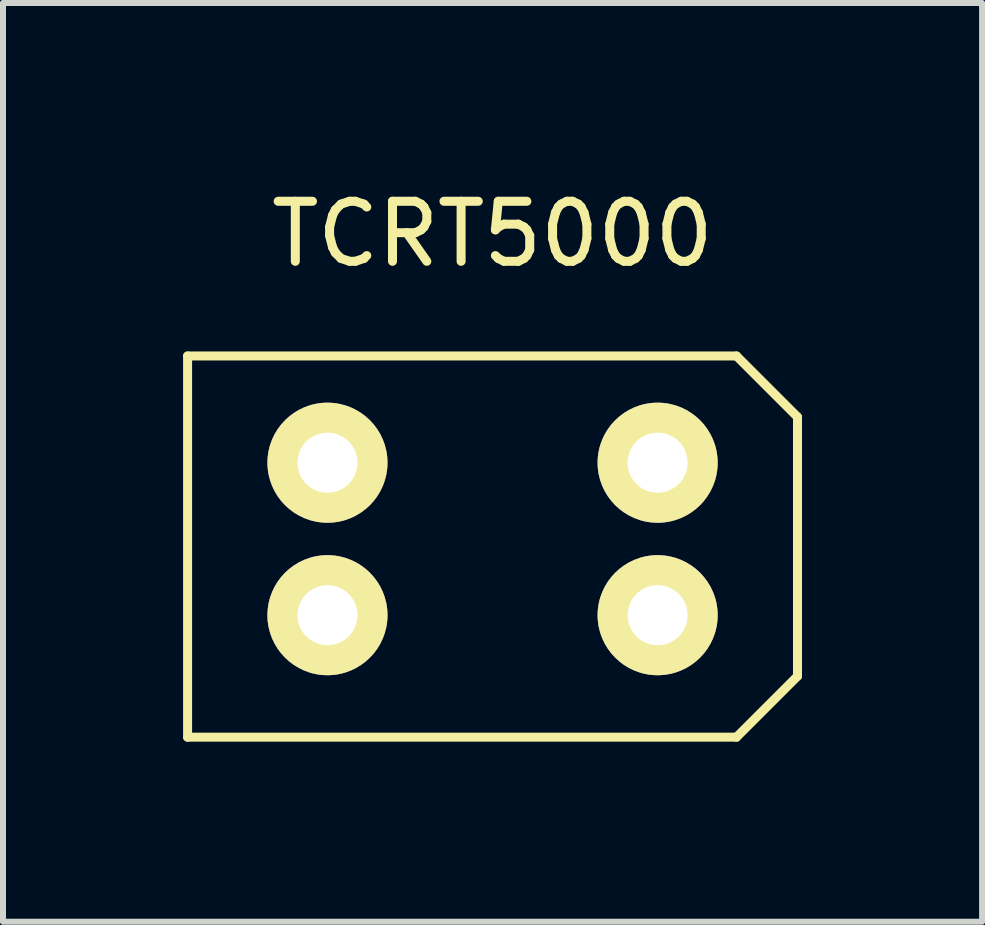
<source format=kicad_pcb>
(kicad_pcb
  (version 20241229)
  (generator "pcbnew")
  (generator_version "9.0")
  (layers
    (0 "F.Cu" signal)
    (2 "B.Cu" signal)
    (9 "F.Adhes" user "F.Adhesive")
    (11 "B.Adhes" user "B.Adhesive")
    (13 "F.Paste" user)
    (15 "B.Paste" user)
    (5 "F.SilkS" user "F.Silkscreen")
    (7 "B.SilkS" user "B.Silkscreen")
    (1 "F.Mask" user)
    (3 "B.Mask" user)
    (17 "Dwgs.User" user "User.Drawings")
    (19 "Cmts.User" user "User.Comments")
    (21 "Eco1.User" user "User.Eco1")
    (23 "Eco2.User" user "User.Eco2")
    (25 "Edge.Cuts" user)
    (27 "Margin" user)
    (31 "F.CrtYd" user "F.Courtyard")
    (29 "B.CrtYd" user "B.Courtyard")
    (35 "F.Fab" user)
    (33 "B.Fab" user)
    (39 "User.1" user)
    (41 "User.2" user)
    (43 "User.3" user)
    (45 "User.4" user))
  (footprint "TCRT5000"
    (layer "F.Cu")
    (at 5.155 5.928)
    (property "Reference" "TCRT5000" (at 0 -5.08 0) (layer "F.SilkS") (effects (font (size 1 1) (thickness 0.15))))
    (attr through_hole)
    (fp_line (start -5.08 -3.048) (end -5.08 3.302) (stroke (width 0.15) (type solid)) (layer "F.SilkS"))
    (fp_line (start -5.08 -3.048) (end 4.064 -3.048) (stroke (width 0.15) (type solid)) (layer "F.SilkS"))
    (fp_line (start 4.064 -3.048) (end 5.08 -2.032) (stroke (width 0.15) (type solid)) (layer "F.SilkS"))
    (fp_line (start 4.064 3.302) (end -5.08 3.302) (stroke (width 0.15) (type solid)) (layer "F.SilkS"))
    (fp_line (start 5.08 -2.032) (end 5.08 2.286) (stroke (width 0.15) (type solid)) (layer "F.SilkS"))
    (fp_line (start 5.08 2.286) (end 4.064 3.302) (stroke (width 0.15) (type solid)) (layer "F.SilkS"))
    (pad "1" thru_hole circle (at 2.75 -1.27) (size 2 2) (drill 1) (layers "*.Cu" "*.Mask" "F.SilkS"))
    (pad "2" thru_hole circle (at 2.75 1.27) (size 2 2) (drill 1) (layers "*.Cu" "*.Mask" "F.SilkS"))
    (pad "3" thru_hole circle (at -2.75 -1.27) (size 2 2) (drill 1) (layers "*.Cu" "*.Mask" "F.SilkS"))
    (pad "4" thru_hole circle (at -2.75 1.27) (size 2 2) (drill 1) (layers "*.Cu" "*.Mask" "F.SilkS")))
  (gr_rect
    (start -3 -3)
    (end 13.31 12.305)
    (stroke (width 0.1) (type default))
    (fill no)
    (layer "Edge.Cuts")))
</source>
